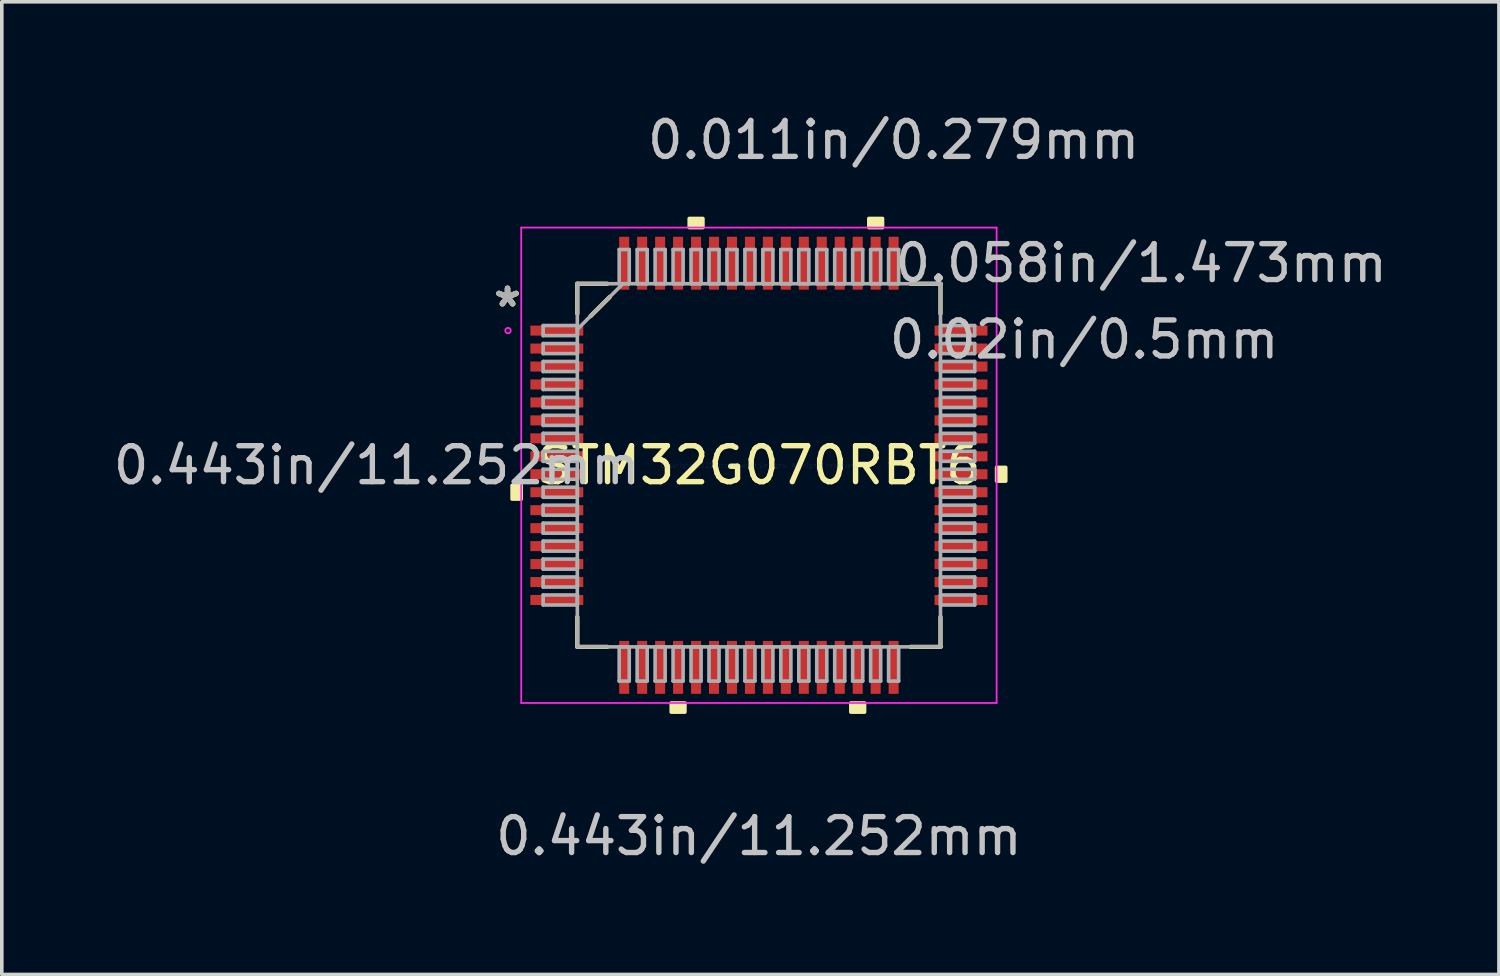
<source format=kicad_pcb>
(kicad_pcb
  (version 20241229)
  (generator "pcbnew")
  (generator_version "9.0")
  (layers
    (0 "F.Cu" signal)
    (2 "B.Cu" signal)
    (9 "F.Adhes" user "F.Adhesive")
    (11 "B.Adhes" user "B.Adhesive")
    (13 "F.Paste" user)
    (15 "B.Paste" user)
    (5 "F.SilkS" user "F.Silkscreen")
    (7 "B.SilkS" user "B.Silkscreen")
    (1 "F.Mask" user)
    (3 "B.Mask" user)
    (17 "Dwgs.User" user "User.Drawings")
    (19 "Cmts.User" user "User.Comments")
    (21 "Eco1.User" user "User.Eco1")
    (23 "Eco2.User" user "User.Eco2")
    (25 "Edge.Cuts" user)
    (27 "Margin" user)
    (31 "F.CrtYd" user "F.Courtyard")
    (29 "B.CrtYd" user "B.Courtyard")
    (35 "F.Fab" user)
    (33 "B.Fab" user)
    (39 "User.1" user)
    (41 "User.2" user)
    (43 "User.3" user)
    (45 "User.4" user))
  (footprint "STM32G070RBT6"
    (layer "F.Cu")
    (at 18.077 9.903)
    (property "Reference" "STM32G070RBT6" (at 0 0 0) (layer "F.SilkS") (effects (font (size 1 1) (thickness 0.15))))
    (attr through_hole)
    (fp_line (start -5.055 -5.055) (end -5.055 -4.222) (stroke (width 0.12) (type solid)) (layer "F.SilkS"))
    (fp_line (start -5.055 4.222) (end -5.055 5.055) (stroke (width 0.12) (type solid)) (layer "F.SilkS"))
    (fp_line (start -5.055 5.055) (end -4.222 5.055) (stroke (width 0.12) (type solid)) (layer "F.SilkS"))
    (fp_line (start -4.686 -4.153) (end -4.153 -4.686) (stroke (width 0.12) (type solid)) (layer "F.SilkS"))
    (fp_line (start -4.222 -5.055) (end -5.055 -5.055) (stroke (width 0.12) (type solid)) (layer "F.SilkS"))
    (fp_line (start 4.222 5.055) (end 5.055 5.055) (stroke (width 0.12) (type solid)) (layer "F.SilkS"))
    (fp_line (start 5.055 -5.055) (end 4.222 -5.055) (stroke (width 0.12) (type solid)) (layer "F.SilkS"))
    (fp_line (start 5.055 -4.222) (end 5.055 -5.055) (stroke (width 0.12) (type solid)) (layer "F.SilkS"))
    (fp_line (start 5.055 5.055) (end 5.055 4.222) (stroke (width 0.12) (type solid)) (layer "F.SilkS"))
    (fp_poly (pts (xy -6.871 0.56) (xy -6.871 0.941) (xy -6.617 0.941) (xy -6.617 0.56)) (stroke (width 0.1) (type solid)) (fill yes) (layer "F.SilkS"))
    (fp_poly (pts (xy -2.441 6.617) (xy -2.441 6.871) (xy -2.06 6.871) (xy -2.06 6.617)) (stroke (width 0.1) (type solid)) (fill yes) (layer "F.SilkS"))
    (fp_poly (pts (xy -1.94 -6.617) (xy -1.94 -6.871) (xy -1.559 -6.871) (xy -1.559 -6.617)) (stroke (width 0.1) (type solid)) (fill yes) (layer "F.SilkS"))
    (fp_poly (pts (xy 2.559 6.617) (xy 2.559 6.871) (xy 2.941 6.871) (xy 2.941 6.617)) (stroke (width 0.1) (type solid)) (fill yes) (layer "F.SilkS"))
    (fp_poly (pts (xy 3.06 -6.617) (xy 3.06 -6.871) (xy 3.441 -6.871) (xy 3.441 -6.617)) (stroke (width 0.1) (type solid)) (fill yes) (layer "F.SilkS"))
    (fp_poly (pts (xy 6.871 0.059) (xy 6.871 0.441) (xy 6.617 0.441) (xy 6.617 0.059)) (stroke (width 0.1) (type solid)) (fill yes) (layer "F.SilkS"))
    (fp_line (start -6.617 -6.617) (end 6.617 -6.617) (stroke (width 0.05) (type solid)) (layer "F.CrtYd"))
    (fp_line (start -6.617 6.617) (end -6.617 -6.617) (stroke (width 0.05) (type solid)) (layer "F.CrtYd"))
    (fp_line (start 6.617 -6.617) (end 6.617 6.617) (stroke (width 0.05) (type solid)) (layer "F.CrtYd"))
    (fp_line (start 6.617 6.617) (end -6.617 6.617) (stroke (width 0.05) (type solid)) (layer "F.CrtYd"))
    (fp_circle (center -6.985 -3.75) (end -6.909 -3.75) (stroke (width 0.05) (type solid)) (fill no) (layer "F.CrtYd"))
    (fp_line (start -6.007 -3.89) (end -6.007 -3.61) (stroke (width 0.1) (type solid)) (layer "F.Fab"))
    (fp_line (start -6.007 -3.61) (end -5.055 -3.61) (stroke (width 0.1) (type solid)) (layer "F.Fab"))
    (fp_line (start -6.007 -3.39) (end -6.007 -3.11) (stroke (width 0.1) (type solid)) (layer "F.Fab"))
    (fp_line (start -6.007 -3.11) (end -5.055 -3.11) (stroke (width 0.1) (type solid)) (layer "F.Fab"))
    (fp_line (start -6.007 -2.89) (end -6.007 -2.61) (stroke (width 0.1) (type solid)) (layer "F.Fab"))
    (fp_line (start -6.007 -2.61) (end -5.055 -2.61) (stroke (width 0.1) (type solid)) (layer "F.Fab"))
    (fp_line (start -6.007 -2.39) (end -6.007 -2.11) (stroke (width 0.1) (type solid)) (layer "F.Fab"))
    (fp_line (start -6.007 -2.11) (end -5.055 -2.11) (stroke (width 0.1) (type solid)) (layer "F.Fab"))
    (fp_line (start -6.007 -1.89) (end -6.007 -1.61) (stroke (width 0.1) (type solid)) (layer "F.Fab"))
    (fp_line (start -6.007 -1.61) (end -5.055 -1.61) (stroke (width 0.1) (type solid)) (layer "F.Fab"))
    (fp_line (start -6.007 -1.39) (end -6.007 -1.11) (stroke (width 0.1) (type solid)) (layer "F.Fab"))
    (fp_line (start -6.007 -1.11) (end -5.055 -1.11) (stroke (width 0.1) (type solid)) (layer "F.Fab"))
    (fp_line (start -6.007 -0.89) (end -6.007 -0.61) (stroke (width 0.1) (type solid)) (layer "F.Fab"))
    (fp_line (start -6.007 -0.61) (end -5.055 -0.61) (stroke (width 0.1) (type solid)) (layer "F.Fab"))
    (fp_line (start -6.007 -0.39) (end -6.007 -0.11) (stroke (width 0.1) (type solid)) (layer "F.Fab"))
    (fp_line (start -6.007 -0.11) (end -5.055 -0.11) (stroke (width 0.1) (type solid)) (layer "F.Fab"))
    (fp_line (start -6.007 0.11) (end -6.007 0.39) (stroke (width 0.1) (type solid)) (layer "F.Fab"))
    (fp_line (start -6.007 0.39) (end -5.055 0.39) (stroke (width 0.1) (type solid)) (layer "F.Fab"))
    (fp_line (start -6.007 0.61) (end -6.007 0.89) (stroke (width 0.1) (type solid)) (layer "F.Fab"))
    (fp_line (start -6.007 0.89) (end -5.055 0.89) (stroke (width 0.1) (type solid)) (layer "F.Fab"))
    (fp_line (start -6.007 1.11) (end -6.007 1.39) (stroke (width 0.1) (type solid)) (layer "F.Fab"))
    (fp_line (start -6.007 1.39) (end -5.055 1.39) (stroke (width 0.1) (type solid)) (layer "F.Fab"))
    (fp_line (start -6.007 1.61) (end -6.007 1.89) (stroke (width 0.1) (type solid)) (layer "F.Fab"))
    (fp_line (start -6.007 1.89) (end -5.055 1.89) (stroke (width 0.1) (type solid)) (layer "F.Fab"))
    (fp_line (start -6.007 2.11) (end -6.007 2.39) (stroke (width 0.1) (type solid)) (layer "F.Fab"))
    (fp_line (start -6.007 2.39) (end -5.055 2.39) (stroke (width 0.1) (type solid)) (layer "F.Fab"))
    (fp_line (start -6.007 2.61) (end -6.007 2.89) (stroke (width 0.1) (type solid)) (layer "F.Fab"))
    (fp_line (start -6.007 2.89) (end -5.055 2.89) (stroke (width 0.1) (type solid)) (layer "F.Fab"))
    (fp_line (start -6.007 3.11) (end -6.007 3.39) (stroke (width 0.1) (type solid)) (layer "F.Fab"))
    (fp_line (start -6.007 3.39) (end -5.055 3.39) (stroke (width 0.1) (type solid)) (layer "F.Fab"))
    (fp_line (start -6.007 3.61) (end -6.007 3.89) (stroke (width 0.1) (type solid)) (layer "F.Fab"))
    (fp_line (start -6.007 3.89) (end -5.055 3.89) (stroke (width 0.1) (type solid)) (layer "F.Fab"))
    (fp_line (start -5.055 -5.055) (end -5.055 -5.055) (stroke (width 0.1) (type solid)) (layer "F.Fab"))
    (fp_line (start -5.055 -5.055) (end -5.055 5.055) (stroke (width 0.1) (type solid)) (layer "F.Fab"))
    (fp_line (start -5.055 -3.89) (end -6.007 -3.89) (stroke (width 0.1) (type solid)) (layer "F.Fab"))
    (fp_line (start -5.055 -3.785) (end -3.785 -5.055) (stroke (width 0.1) (type solid)) (layer "F.Fab"))
    (fp_line (start -5.055 -3.61) (end -5.055 -3.89) (stroke (width 0.1) (type solid)) (layer "F.Fab"))
    (fp_line (start -5.055 -3.39) (end -6.007 -3.39) (stroke (width 0.1) (type solid)) (layer "F.Fab"))
    (fp_line (start -5.055 -3.11) (end -5.055 -3.39) (stroke (width 0.1) (type solid)) (layer "F.Fab"))
    (fp_line (start -5.055 -2.89) (end -6.007 -2.89) (stroke (width 0.1) (type solid)) (layer "F.Fab"))
    (fp_line (start -5.055 -2.61) (end -5.055 -2.89) (stroke (width 0.1) (type solid)) (layer "F.Fab"))
    (fp_line (start -5.055 -2.39) (end -6.007 -2.39) (stroke (width 0.1) (type solid)) (layer "F.Fab"))
    (fp_line (start -5.055 -2.11) (end -5.055 -2.39) (stroke (width 0.1) (type solid)) (layer "F.Fab"))
    (fp_line (start -5.055 -1.89) (end -6.007 -1.89) (stroke (width 0.1) (type solid)) (layer "F.Fab"))
    (fp_line (start -5.055 -1.61) (end -5.055 -1.89) (stroke (width 0.1) (type solid)) (layer "F.Fab"))
    (fp_line (start -5.055 -1.39) (end -6.007 -1.39) (stroke (width 0.1) (type solid)) (layer "F.Fab"))
    (fp_line (start -5.055 -1.11) (end -5.055 -1.39) (stroke (width 0.1) (type solid)) (layer "F.Fab"))
    (fp_line (start -5.055 -0.89) (end -6.007 -0.89) (stroke (width 0.1) (type solid)) (layer "F.Fab"))
    (fp_line (start -5.055 -0.61) (end -5.055 -0.89) (stroke (width 0.1) (type solid)) (layer "F.Fab"))
    (fp_line (start -5.055 -0.39) (end -6.007 -0.39) (stroke (width 0.1) (type solid)) (layer "F.Fab"))
    (fp_line (start -5.055 -0.11) (end -5.055 -0.39) (stroke (width 0.1) (type solid)) (layer "F.Fab"))
    (fp_line (start -5.055 0.11) (end -6.007 0.11) (stroke (width 0.1) (type solid)) (layer "F.Fab"))
    (fp_line (start -5.055 0.39) (end -5.055 0.11) (stroke (width 0.1) (type solid)) (layer "F.Fab"))
    (fp_line (start -5.055 0.61) (end -6.007 0.61) (stroke (width 0.1) (type solid)) (layer "F.Fab"))
    (fp_line (start -5.055 0.89) (end -5.055 0.61) (stroke (width 0.1) (type solid)) (layer "F.Fab"))
    (fp_line (start -5.055 1.11) (end -6.007 1.11) (stroke (width 0.1) (type solid)) (layer "F.Fab"))
    (fp_line (start -5.055 1.39) (end -5.055 1.11) (stroke (width 0.1) (type solid)) (layer "F.Fab"))
    (fp_line (start -5.055 1.61) (end -6.007 1.61) (stroke (width 0.1) (type solid)) (layer "F.Fab"))
    (fp_line (start -5.055 1.89) (end -5.055 1.61) (stroke (width 0.1) (type solid)) (layer "F.Fab"))
    (fp_line (start -5.055 2.11) (end -6.007 2.11) (stroke (width 0.1) (type solid)) (layer "F.Fab"))
    (fp_line (start -5.055 2.39) (end -5.055 2.11) (stroke (width 0.1) (type solid)) (layer "F.Fab"))
    (fp_line (start -5.055 2.61) (end -6.007 2.61) (stroke (width 0.1) (type solid)) (layer "F.Fab"))
    (fp_line (start -5.055 2.89) (end -5.055 2.61) (stroke (width 0.1) (type solid)) (layer "F.Fab"))
    (fp_line (start -5.055 3.11) (end -6.007 3.11) (stroke (width 0.1) (type solid)) (layer "F.Fab"))
    (fp_line (start -5.055 3.39) (end -5.055 3.11) (stroke (width 0.1) (type solid)) (layer "F.Fab"))
    (fp_line (start -5.055 3.61) (end -6.007 3.61) (stroke (width 0.1) (type solid)) (layer "F.Fab"))
    (fp_line (start -5.055 3.89) (end -5.055 3.61) (stroke (width 0.1) (type solid)) (layer "F.Fab"))
    (fp_line (start -5.055 5.055) (end -5.055 5.055) (stroke (width 0.1) (type solid)) (layer "F.Fab"))
    (fp_line (start -5.055 5.055) (end 5.055 5.055) (stroke (width 0.1) (type solid)) (layer "F.Fab"))
    (fp_line (start -3.89 -6.007) (end -3.89 -5.055) (stroke (width 0.1) (type solid)) (layer "F.Fab"))
    (fp_line (start -3.89 -5.055) (end -3.61 -5.055) (stroke (width 0.1) (type solid)) (layer "F.Fab"))
    (fp_line (start -3.89 5.055) (end -3.89 6.007) (stroke (width 0.1) (type solid)) (layer "F.Fab"))
    (fp_line (start -3.89 6.007) (end -3.61 6.007) (stroke (width 0.1) (type solid)) (layer "F.Fab"))
    (fp_line (start -3.61 -6.007) (end -3.89 -6.007) (stroke (width 0.1) (type solid)) (layer "F.Fab"))
    (fp_line (start -3.61 -5.055) (end -3.61 -6.007) (stroke (width 0.1) (type solid)) (layer "F.Fab"))
    (fp_line (start -3.61 5.055) (end -3.89 5.055) (stroke (width 0.1) (type solid)) (layer "F.Fab"))
    (fp_line (start -3.61 6.007) (end -3.61 5.055) (stroke (width 0.1) (type solid)) (layer "F.Fab"))
    (fp_line (start -3.39 -6.007) (end -3.39 -5.055) (stroke (width 0.1) (type solid)) (layer "F.Fab"))
    (fp_line (start -3.39 -5.055) (end -3.11 -5.055) (stroke (width 0.1) (type solid)) (layer "F.Fab"))
    (fp_line (start -3.39 5.055) (end -3.39 6.007) (stroke (width 0.1) (type solid)) (layer "F.Fab"))
    (fp_line (start -3.39 6.007) (end -3.11 6.007) (stroke (width 0.1) (type solid)) (layer "F.Fab"))
    (fp_line (start -3.11 -6.007) (end -3.39 -6.007) (stroke (width 0.1) (type solid)) (layer "F.Fab"))
    (fp_line (start -3.11 -5.055) (end -3.11 -6.007) (stroke (width 0.1) (type solid)) (layer "F.Fab"))
    (fp_line (start -3.11 5.055) (end -3.39 5.055) (stroke (width 0.1) (type solid)) (layer "F.Fab"))
    (fp_line (start -3.11 6.007) (end -3.11 5.055) (stroke (width 0.1) (type solid)) (layer "F.Fab"))
    (fp_line (start -2.89 -6.007) (end -2.89 -5.055) (stroke (width 0.1) (type solid)) (layer "F.Fab"))
    (fp_line (start -2.89 -5.055) (end -2.61 -5.055) (stroke (width 0.1) (type solid)) (layer "F.Fab"))
    (fp_line (start -2.89 5.055) (end -2.89 6.007) (stroke (width 0.1) (type solid)) (layer "F.Fab"))
    (fp_line (start -2.89 6.007) (end -2.61 6.007) (stroke (width 0.1) (type solid)) (layer "F.Fab"))
    (fp_line (start -2.61 -6.007) (end -2.89 -6.007) (stroke (width 0.1) (type solid)) (layer "F.Fab"))
    (fp_line (start -2.61 -5.055) (end -2.61 -6.007) (stroke (width 0.1) (type solid)) (layer "F.Fab"))
    (fp_line (start -2.61 5.055) (end -2.89 5.055) (stroke (width 0.1) (type solid)) (layer "F.Fab"))
    (fp_line (start -2.61 6.007) (end -2.61 5.055) (stroke (width 0.1) (type solid)) (layer "F.Fab"))
    (fp_line (start -2.39 -6.007) (end -2.39 -5.055) (stroke (width 0.1) (type solid)) (layer "F.Fab"))
    (fp_line (start -2.39 -5.055) (end -2.11 -5.055) (stroke (width 0.1) (type solid)) (layer "F.Fab"))
    (fp_line (start -2.39 5.055) (end -2.39 6.007) (stroke (width 0.1) (type solid)) (layer "F.Fab"))
    (fp_line (start -2.39 6.007) (end -2.11 6.007) (stroke (width 0.1) (type solid)) (layer "F.Fab"))
    (fp_line (start -2.11 -6.007) (end -2.39 -6.007) (stroke (width 0.1) (type solid)) (layer "F.Fab"))
    (fp_line (start -2.11 -5.055) (end -2.11 -6.007) (stroke (width 0.1) (type solid)) (layer "F.Fab"))
    (fp_line (start -2.11 5.055) (end -2.39 5.055) (stroke (width 0.1) (type solid)) (layer "F.Fab"))
    (fp_line (start -2.11 6.007) (end -2.11 5.055) (stroke (width 0.1) (type solid)) (layer "F.Fab"))
    (fp_line (start -1.89 -6.007) (end -1.89 -5.055) (stroke (width 0.1) (type solid)) (layer "F.Fab"))
    (fp_line (start -1.89 -5.055) (end -1.61 -5.055) (stroke (width 0.1) (type solid)) (layer "F.Fab"))
    (fp_line (start -1.89 5.055) (end -1.89 6.007) (stroke (width 0.1) (type solid)) (layer "F.Fab"))
    (fp_line (start -1.89 6.007) (end -1.61 6.007) (stroke (width 0.1) (type solid)) (layer "F.Fab"))
    (fp_line (start -1.61 -6.007) (end -1.89 -6.007) (stroke (width 0.1) (type solid)) (layer "F.Fab"))
    (fp_line (start -1.61 -5.055) (end -1.61 -6.007) (stroke (width 0.1) (type solid)) (layer "F.Fab"))
    (fp_line (start -1.61 5.055) (end -1.89 5.055) (stroke (width 0.1) (type solid)) (layer "F.Fab"))
    (fp_line (start -1.61 6.007) (end -1.61 5.055) (stroke (width 0.1) (type solid)) (layer "F.Fab"))
    (fp_line (start -1.39 -6.007) (end -1.39 -5.055) (stroke (width 0.1) (type solid)) (layer "F.Fab"))
    (fp_line (start -1.39 -5.055) (end -1.11 -5.055) (stroke (width 0.1) (type solid)) (layer "F.Fab"))
    (fp_line (start -1.39 5.055) (end -1.39 6.007) (stroke (width 0.1) (type solid)) (layer "F.Fab"))
    (fp_line (start -1.39 6.007) (end -1.11 6.007) (stroke (width 0.1) (type solid)) (layer "F.Fab"))
    (fp_line (start -1.11 -6.007) (end -1.39 -6.007) (stroke (width 0.1) (type solid)) (layer "F.Fab"))
    (fp_line (start -1.11 -5.055) (end -1.11 -6.007) (stroke (width 0.1) (type solid)) (layer "F.Fab"))
    (fp_line (start -1.11 5.055) (end -1.39 5.055) (stroke (width 0.1) (type solid)) (layer "F.Fab"))
    (fp_line (start -1.11 6.007) (end -1.11 5.055) (stroke (width 0.1) (type solid)) (layer "F.Fab"))
    (fp_line (start -0.89 -6.007) (end -0.89 -5.055) (stroke (width 0.1) (type solid)) (layer "F.Fab"))
    (fp_line (start -0.89 -5.055) (end -0.61 -5.055) (stroke (width 0.1) (type solid)) (layer "F.Fab"))
    (fp_line (start -0.89 5.055) (end -0.89 6.007) (stroke (width 0.1) (type solid)) (layer "F.Fab"))
    (fp_line (start -0.89 6.007) (end -0.61 6.007) (stroke (width 0.1) (type solid)) (layer "F.Fab"))
    (fp_line (start -0.61 -6.007) (end -0.89 -6.007) (stroke (width 0.1) (type solid)) (layer "F.Fab"))
    (fp_line (start -0.61 -5.055) (end -0.61 -6.007) (stroke (width 0.1) (type solid)) (layer "F.Fab"))
    (fp_line (start -0.61 5.055) (end -0.89 5.055) (stroke (width 0.1) (type solid)) (layer "F.Fab"))
    (fp_line (start -0.61 6.007) (end -0.61 5.055) (stroke (width 0.1) (type solid)) (layer "F.Fab"))
    (fp_line (start -0.39 -6.007) (end -0.39 -5.055) (stroke (width 0.1) (type solid)) (layer "F.Fab"))
    (fp_line (start -0.39 -5.055) (end -0.11 -5.055) (stroke (width 0.1) (type solid)) (layer "F.Fab"))
    (fp_line (start -0.39 5.055) (end -0.39 6.007) (stroke (width 0.1) (type solid)) (layer "F.Fab"))
    (fp_line (start -0.39 6.007) (end -0.11 6.007) (stroke (width 0.1) (type solid)) (layer "F.Fab"))
    (fp_line (start -0.11 -6.007) (end -0.39 -6.007) (stroke (width 0.1) (type solid)) (layer "F.Fab"))
    (fp_line (start -0.11 -5.055) (end -0.11 -6.007) (stroke (width 0.1) (type solid)) (layer "F.Fab"))
    (fp_line (start -0.11 5.055) (end -0.39 5.055) (stroke (width 0.1) (type solid)) (layer "F.Fab"))
    (fp_line (start -0.11 6.007) (end -0.11 5.055) (stroke (width 0.1) (type solid)) (layer "F.Fab"))
    (fp_line (start 0.11 -6.007) (end 0.11 -5.055) (stroke (width 0.1) (type solid)) (layer "F.Fab"))
    (fp_line (start 0.11 -5.055) (end 0.39 -5.055) (stroke (width 0.1) (type solid)) (layer "F.Fab"))
    (fp_line (start 0.11 5.055) (end 0.11 6.007) (stroke (width 0.1) (type solid)) (layer "F.Fab"))
    (fp_line (start 0.11 6.007) (end 0.39 6.007) (stroke (width 0.1) (type solid)) (layer "F.Fab"))
    (fp_line (start 0.39 -6.007) (end 0.11 -6.007) (stroke (width 0.1) (type solid)) (layer "F.Fab"))
    (fp_line (start 0.39 -5.055) (end 0.39 -6.007) (stroke (width 0.1) (type solid)) (layer "F.Fab"))
    (fp_line (start 0.39 5.055) (end 0.11 5.055) (stroke (width 0.1) (type solid)) (layer "F.Fab"))
    (fp_line (start 0.39 6.007) (end 0.39 5.055) (stroke (width 0.1) (type solid)) (layer "F.Fab"))
    (fp_line (start 0.61 -6.007) (end 0.61 -5.055) (stroke (width 0.1) (type solid)) (layer "F.Fab"))
    (fp_line (start 0.61 -5.055) (end 0.89 -5.055) (stroke (width 0.1) (type solid)) (layer "F.Fab"))
    (fp_line (start 0.61 5.055) (end 0.61 6.007) (stroke (width 0.1) (type solid)) (layer "F.Fab"))
    (fp_line (start 0.61 6.007) (end 0.89 6.007) (stroke (width 0.1) (type solid)) (layer "F.Fab"))
    (fp_line (start 0.89 -6.007) (end 0.61 -6.007) (stroke (width 0.1) (type solid)) (layer "F.Fab"))
    (fp_line (start 0.89 -5.055) (end 0.89 -6.007) (stroke (width 0.1) (type solid)) (layer "F.Fab"))
    (fp_line (start 0.89 5.055) (end 0.61 5.055) (stroke (width 0.1) (type solid)) (layer "F.Fab"))
    (fp_line (start 0.89 6.007) (end 0.89 5.055) (stroke (width 0.1) (type solid)) (layer "F.Fab"))
    (fp_line (start 1.11 -6.007) (end 1.11 -5.055) (stroke (width 0.1) (type solid)) (layer "F.Fab"))
    (fp_line (start 1.11 -5.055) (end 1.39 -5.055) (stroke (width 0.1) (type solid)) (layer "F.Fab"))
    (fp_line (start 1.11 5.055) (end 1.11 6.007) (stroke (width 0.1) (type solid)) (layer "F.Fab"))
    (fp_line (start 1.11 6.007) (end 1.39 6.007) (stroke (width 0.1) (type solid)) (layer "F.Fab"))
    (fp_line (start 1.39 -6.007) (end 1.11 -6.007) (stroke (width 0.1) (type solid)) (layer "F.Fab"))
    (fp_line (start 1.39 -5.055) (end 1.39 -6.007) (stroke (width 0.1) (type solid)) (layer "F.Fab"))
    (fp_line (start 1.39 5.055) (end 1.11 5.055) (stroke (width 0.1) (type solid)) (layer "F.Fab"))
    (fp_line (start 1.39 6.007) (end 1.39 5.055) (stroke (width 0.1) (type solid)) (layer "F.Fab"))
    (fp_line (start 1.61 -6.007) (end 1.61 -5.055) (stroke (width 0.1) (type solid)) (layer "F.Fab"))
    (fp_line (start 1.61 -5.055) (end 1.89 -5.055) (stroke (width 0.1) (type solid)) (layer "F.Fab"))
    (fp_line (start 1.61 5.055) (end 1.61 6.007) (stroke (width 0.1) (type solid)) (layer "F.Fab"))
    (fp_line (start 1.61 6.007) (end 1.89 6.007) (stroke (width 0.1) (type solid)) (layer "F.Fab"))
    (fp_line (start 1.89 -6.007) (end 1.61 -6.007) (stroke (width 0.1) (type solid)) (layer "F.Fab"))
    (fp_line (start 1.89 -5.055) (end 1.89 -6.007) (stroke (width 0.1) (type solid)) (layer "F.Fab"))
    (fp_line (start 1.89 5.055) (end 1.61 5.055) (stroke (width 0.1) (type solid)) (layer "F.Fab"))
    (fp_line (start 1.89 6.007) (end 1.89 5.055) (stroke (width 0.1) (type solid)) (layer "F.Fab"))
    (fp_line (start 2.11 -6.007) (end 2.11 -5.055) (stroke (width 0.1) (type solid)) (layer "F.Fab"))
    (fp_line (start 2.11 -5.055) (end 2.39 -5.055) (stroke (width 0.1) (type solid)) (layer "F.Fab"))
    (fp_line (start 2.11 5.055) (end 2.11 6.007) (stroke (width 0.1) (type solid)) (layer "F.Fab"))
    (fp_line (start 2.11 6.007) (end 2.39 6.007) (stroke (width 0.1) (type solid)) (layer "F.Fab"))
    (fp_line (start 2.39 -6.007) (end 2.11 -6.007) (stroke (width 0.1) (type solid)) (layer "F.Fab"))
    (fp_line (start 2.39 -5.055) (end 2.39 -6.007) (stroke (width 0.1) (type solid)) (layer "F.Fab"))
    (fp_line (start 2.39 5.055) (end 2.11 5.055) (stroke (width 0.1) (type solid)) (layer "F.Fab"))
    (fp_line (start 2.39 6.007) (end 2.39 5.055) (stroke (width 0.1) (type solid)) (layer "F.Fab"))
    (fp_line (start 2.61 -6.007) (end 2.61 -5.055) (stroke (width 0.1) (type solid)) (layer "F.Fab"))
    (fp_line (start 2.61 -5.055) (end 2.89 -5.055) (stroke (width 0.1) (type solid)) (layer "F.Fab"))
    (fp_line (start 2.61 5.055) (end 2.61 6.007) (stroke (width 0.1) (type solid)) (layer "F.Fab"))
    (fp_line (start 2.61 6.007) (end 2.89 6.007) (stroke (width 0.1) (type solid)) (layer "F.Fab"))
    (fp_line (start 2.89 -6.007) (end 2.61 -6.007) (stroke (width 0.1) (type solid)) (layer "F.Fab"))
    (fp_line (start 2.89 -5.055) (end 2.89 -6.007) (stroke (width 0.1) (type solid)) (layer "F.Fab"))
    (fp_line (start 2.89 5.055) (end 2.61 5.055) (stroke (width 0.1) (type solid)) (layer "F.Fab"))
    (fp_line (start 2.89 6.007) (end 2.89 5.055) (stroke (width 0.1) (type solid)) (layer "F.Fab"))
    (fp_line (start 3.11 -6.007) (end 3.11 -5.055) (stroke (width 0.1) (type solid)) (layer "F.Fab"))
    (fp_line (start 3.11 -5.055) (end 3.39 -5.055) (stroke (width 0.1) (type solid)) (layer "F.Fab"))
    (fp_line (start 3.11 5.055) (end 3.11 6.007) (stroke (width 0.1) (type solid)) (layer "F.Fab"))
    (fp_line (start 3.11 6.007) (end 3.39 6.007) (stroke (width 0.1) (type solid)) (layer "F.Fab"))
    (fp_line (start 3.39 -6.007) (end 3.11 -6.007) (stroke (width 0.1) (type solid)) (layer "F.Fab"))
    (fp_line (start 3.39 -5.055) (end 3.39 -6.007) (stroke (width 0.1) (type solid)) (layer "F.Fab"))
    (fp_line (start 3.39 5.055) (end 3.11 5.055) (stroke (width 0.1) (type solid)) (layer "F.Fab"))
    (fp_line (start 3.39 6.007) (end 3.39 5.055) (stroke (width 0.1) (type solid)) (layer "F.Fab"))
    (fp_line (start 3.61 -6.007) (end 3.61 -5.055) (stroke (width 0.1) (type solid)) (layer "F.Fab"))
    (fp_line (start 3.61 -5.055) (end 3.89 -5.055) (stroke (width 0.1) (type solid)) (layer "F.Fab"))
    (fp_line (start 3.61 5.055) (end 3.61 6.007) (stroke (width 0.1) (type solid)) (layer "F.Fab"))
    (fp_line (start 3.61 6.007) (end 3.89 6.007) (stroke (width 0.1) (type solid)) (layer "F.Fab"))
    (fp_line (start 3.89 -6.007) (end 3.61 -6.007) (stroke (width 0.1) (type solid)) (layer "F.Fab"))
    (fp_line (start 3.89 -5.055) (end 3.89 -6.007) (stroke (width 0.1) (type solid)) (layer "F.Fab"))
    (fp_line (start 3.89 5.055) (end 3.61 5.055) (stroke (width 0.1) (type solid)) (layer "F.Fab"))
    (fp_line (start 3.89 6.007) (end 3.89 5.055) (stroke (width 0.1) (type solid)) (layer "F.Fab"))
    (fp_line (start 5.055 -5.055) (end -5.055 -5.055) (stroke (width 0.1) (type solid)) (layer "F.Fab"))
    (fp_line (start 5.055 -5.055) (end 5.055 -5.055) (stroke (width 0.1) (type solid)) (layer "F.Fab"))
    (fp_line (start 5.055 -3.89) (end 5.055 -3.61) (stroke (width 0.1) (type solid)) (layer "F.Fab"))
    (fp_line (start 5.055 -3.61) (end 6.007 -3.61) (stroke (width 0.1) (type solid)) (layer "F.Fab"))
    (fp_line (start 5.055 -3.39) (end 5.055 -3.11) (stroke (width 0.1) (type solid)) (layer "F.Fab"))
    (fp_line (start 5.055 -3.11) (end 6.007 -3.11) (stroke (width 0.1) (type solid)) (layer "F.Fab"))
    (fp_line (start 5.055 -2.89) (end 5.055 -2.61) (stroke (width 0.1) (type solid)) (layer "F.Fab"))
    (fp_line (start 5.055 -2.61) (end 6.007 -2.61) (stroke (width 0.1) (type solid)) (layer "F.Fab"))
    (fp_line (start 5.055 -2.39) (end 5.055 -2.11) (stroke (width 0.1) (type solid)) (layer "F.Fab"))
    (fp_line (start 5.055 -2.11) (end 6.007 -2.11) (stroke (width 0.1) (type solid)) (layer "F.Fab"))
    (fp_line (start 5.055 -1.89) (end 5.055 -1.61) (stroke (width 0.1) (type solid)) (layer "F.Fab"))
    (fp_line (start 5.055 -1.61) (end 6.007 -1.61) (stroke (width 0.1) (type solid)) (layer "F.Fab"))
    (fp_line (start 5.055 -1.39) (end 5.055 -1.11) (stroke (width 0.1) (type solid)) (layer "F.Fab"))
    (fp_line (start 5.055 -1.11) (end 6.007 -1.11) (stroke (width 0.1) (type solid)) (layer "F.Fab"))
    (fp_line (start 5.055 -0.89) (end 5.055 -0.61) (stroke (width 0.1) (type solid)) (layer "F.Fab"))
    (fp_line (start 5.055 -0.61) (end 6.007 -0.61) (stroke (width 0.1) (type solid)) (layer "F.Fab"))
    (fp_line (start 5.055 -0.39) (end 5.055 -0.11) (stroke (width 0.1) (type solid)) (layer "F.Fab"))
    (fp_line (start 5.055 -0.11) (end 6.007 -0.11) (stroke (width 0.1) (type solid)) (layer "F.Fab"))
    (fp_line (start 5.055 0.11) (end 5.055 0.39) (stroke (width 0.1) (type solid)) (layer "F.Fab"))
    (fp_line (start 5.055 0.39) (end 6.007 0.39) (stroke (width 0.1) (type solid)) (layer "F.Fab"))
    (fp_line (start 5.055 0.61) (end 5.055 0.89) (stroke (width 0.1) (type solid)) (layer "F.Fab"))
    (fp_line (start 5.055 0.89) (end 6.007 0.89) (stroke (width 0.1) (type solid)) (layer "F.Fab"))
    (fp_line (start 5.055 1.11) (end 5.055 1.39) (stroke (width 0.1) (type solid)) (layer "F.Fab"))
    (fp_line (start 5.055 1.39) (end 6.007 1.39) (stroke (width 0.1) (type solid)) (layer "F.Fab"))
    (fp_line (start 5.055 1.61) (end 5.055 1.89) (stroke (width 0.1) (type solid)) (layer "F.Fab"))
    (fp_line (start 5.055 1.89) (end 6.007 1.89) (stroke (width 0.1) (type solid)) (layer "F.Fab"))
    (fp_line (start 5.055 2.11) (end 5.055 2.39) (stroke (width 0.1) (type solid)) (layer "F.Fab"))
    (fp_line (start 5.055 2.39) (end 6.007 2.39) (stroke (width 0.1) (type solid)) (layer "F.Fab"))
    (fp_line (start 5.055 2.61) (end 5.055 2.89) (stroke (width 0.1) (type solid)) (layer "F.Fab"))
    (fp_line (start 5.055 2.89) (end 6.007 2.89) (stroke (width 0.1) (type solid)) (layer "F.Fab"))
    (fp_line (start 5.055 3.11) (end 5.055 3.39) (stroke (width 0.1) (type solid)) (layer "F.Fab"))
    (fp_line (start 5.055 3.39) (end 6.007 3.39) (stroke (width 0.1) (type solid)) (layer "F.Fab"))
    (fp_line (start 5.055 3.61) (end 5.055 3.89) (stroke (width 0.1) (type solid)) (layer "F.Fab"))
    (fp_line (start 5.055 3.89) (end 6.007 3.89) (stroke (width 0.1) (type solid)) (layer "F.Fab"))
    (fp_line (start 5.055 5.055) (end 5.055 -5.055) (stroke (width 0.1) (type solid)) (layer "F.Fab"))
    (fp_line (start 5.055 5.055) (end 5.055 5.055) (stroke (width 0.1) (type solid)) (layer "F.Fab"))
    (fp_line (start 6.007 -3.89) (end 5.055 -3.89) (stroke (width 0.1) (type solid)) (layer "F.Fab"))
    (fp_line (start 6.007 -3.61) (end 6.007 -3.89) (stroke (width 0.1) (type solid)) (layer "F.Fab"))
    (fp_line (start 6.007 -3.39) (end 5.055 -3.39) (stroke (width 0.1) (type solid)) (layer "F.Fab"))
    (fp_line (start 6.007 -3.11) (end 6.007 -3.39) (stroke (width 0.1) (type solid)) (layer "F.Fab"))
    (fp_line (start 6.007 -2.89) (end 5.055 -2.89) (stroke (width 0.1) (type solid)) (layer "F.Fab"))
    (fp_line (start 6.007 -2.61) (end 6.007 -2.89) (stroke (width 0.1) (type solid)) (layer "F.Fab"))
    (fp_line (start 6.007 -2.39) (end 5.055 -2.39) (stroke (width 0.1) (type solid)) (layer "F.Fab"))
    (fp_line (start 6.007 -2.11) (end 6.007 -2.39) (stroke (width 0.1) (type solid)) (layer "F.Fab"))
    (fp_line (start 6.007 -1.89) (end 5.055 -1.89) (stroke (width 0.1) (type solid)) (layer "F.Fab"))
    (fp_line (start 6.007 -1.61) (end 6.007 -1.89) (stroke (width 0.1) (type solid)) (layer "F.Fab"))
    (fp_line (start 6.007 -1.39) (end 5.055 -1.39) (stroke (width 0.1) (type solid)) (layer "F.Fab"))
    (fp_line (start 6.007 -1.11) (end 6.007 -1.39) (stroke (width 0.1) (type solid)) (layer "F.Fab"))
    (fp_line (start 6.007 -0.89) (end 5.055 -0.89) (stroke (width 0.1) (type solid)) (layer "F.Fab"))
    (fp_line (start 6.007 -0.61) (end 6.007 -0.89) (stroke (width 0.1) (type solid)) (layer "F.Fab"))
    (fp_line (start 6.007 -0.39) (end 5.055 -0.39) (stroke (width 0.1) (type solid)) (layer "F.Fab"))
    (fp_line (start 6.007 -0.11) (end 6.007 -0.39) (stroke (width 0.1) (type solid)) (layer "F.Fab"))
    (fp_line (start 6.007 0.11) (end 5.055 0.11) (stroke (width 0.1) (type solid)) (layer "F.Fab"))
    (fp_line (start 6.007 0.39) (end 6.007 0.11) (stroke (width 0.1) (type solid)) (layer "F.Fab"))
    (fp_line (start 6.007 0.61) (end 5.055 0.61) (stroke (width 0.1) (type solid)) (layer "F.Fab"))
    (fp_line (start 6.007 0.89) (end 6.007 0.61) (stroke (width 0.1) (type solid)) (layer "F.Fab"))
    (fp_line (start 6.007 1.11) (end 5.055 1.11) (stroke (width 0.1) (type solid)) (layer "F.Fab"))
    (fp_line (start 6.007 1.39) (end 6.007 1.11) (stroke (width 0.1) (type solid)) (layer "F.Fab"))
    (fp_line (start 6.007 1.61) (end 5.055 1.61) (stroke (width 0.1) (type solid)) (layer "F.Fab"))
    (fp_line (start 6.007 1.89) (end 6.007 1.61) (stroke (width 0.1) (type solid)) (layer "F.Fab"))
    (fp_line (start 6.007 2.11) (end 5.055 2.11) (stroke (width 0.1) (type solid)) (layer "F.Fab"))
    (fp_line (start 6.007 2.39) (end 6.007 2.11) (stroke (width 0.1) (type solid)) (layer "F.Fab"))
    (fp_line (start 6.007 2.61) (end 5.055 2.61) (stroke (width 0.1) (type solid)) (layer "F.Fab"))
    (fp_line (start 6.007 2.89) (end 6.007 2.61) (stroke (width 0.1) (type solid)) (layer "F.Fab"))
    (fp_line (start 6.007 3.11) (end 5.055 3.11) (stroke (width 0.1) (type solid)) (layer "F.Fab"))
    (fp_line (start 6.007 3.39) (end 6.007 3.11) (stroke (width 0.1) (type solid)) (layer "F.Fab"))
    (fp_line (start 6.007 3.61) (end 5.055 3.61) (stroke (width 0.1) (type solid)) (layer "F.Fab"))
    (fp_line (start 6.007 3.89) (end 6.007 3.61) (stroke (width 0.1) (type solid)) (layer "F.Fab"))
    (fp_text user "*" (at -6.998 -4.381 0) (layer "F.SilkS") (effects (font (size 1 1) (thickness 0.15))))
    (fp_text user "*" (at -6.998 -4.381 0) (layer "F.SilkS") (effects (font (size 1 1) (thickness 0.15))))
    (fp_text user "0.443in/11.252mm" (at -10.643 0 0) (layer "Dwgs.User") (effects (font (size 1 1) (thickness 0.15))))
    (fp_text user "0.011in/0.279mm" (at 3.75 -9.055 0) (layer "Dwgs.User") (effects (font (size 1 1) (thickness 0.15))))
    (fp_text user "0.443in/11.252mm" (at 0 10.325 0) (layer "Dwgs.User") (effects (font (size 1 1) (thickness 0.15))))
    (fp_text user "0.058in/1.473mm" (at 10.643 -5.626 0) (layer "Dwgs.User") (effects (font (size 1 1) (thickness 0.15))))
    (fp_text user "0.02in/0.5mm" (at 9.055 -3.5 0) (layer "Dwgs.User") (effects (font (size 1 1) (thickness 0.15))))
    (fp_text user "Copyright 2021 Accelerated Designs. All rights reserved." (at 0 0 0) (layer "Cmts.User") (effects (font (size 0.127 0.127) (thickness 0.002))))
    (fp_text user "*" (at -6.998 -4.381 0) (layer "F.Fab") (effects (font (size 1 1) (thickness 0.15))))
    (fp_text user "*" (at -6.998 -4.381 0) (layer "F.Fab") (effects (font (size 1 1) (thickness 0.15))))
    (pad "1" smd rect (at -5.626 -3.75 90) (size 0.279 1.473) (layers "F.Cu" "F.Mask" "F.Paste"))
    (pad "2" smd rect (at -5.626 -3.25 90) (size 0.279 1.473) (layers "F.Cu" "F.Mask" "F.Paste"))
    (pad "3" smd rect (at -5.626 -2.75 90) (size 0.279 1.473) (layers "F.Cu" "F.Mask" "F.Paste"))
    (pad "4" smd rect (at -5.626 -2.25 90) (size 0.279 1.473) (layers "F.Cu" "F.Mask" "F.Paste"))
    (pad "5" smd rect (at -5.626 -1.75 90) (size 0.279 1.473) (layers "F.Cu" "F.Mask" "F.Paste"))
    (pad "6" smd rect (at -5.626 -1.25 90) (size 0.279 1.473) (layers "F.Cu" "F.Mask" "F.Paste"))
    (pad "7" smd rect (at -5.626 -0.75 90) (size 0.279 1.473) (layers "F.Cu" "F.Mask" "F.Paste"))
    (pad "8" smd rect (at -5.626 -0.25 90) (size 0.279 1.473) (layers "F.Cu" "F.Mask" "F.Paste"))
    (pad "9" smd rect (at -5.626 0.25 90) (size 0.279 1.473) (layers "F.Cu" "F.Mask" "F.Paste"))
    (pad "10" smd rect (at -5.626 0.75 90) (size 0.279 1.473) (layers "F.Cu" "F.Mask" "F.Paste"))
    (pad "11" smd rect (at -5.626 1.25 90) (size 0.279 1.473) (layers "F.Cu" "F.Mask" "F.Paste"))
    (pad "12" smd rect (at -5.626 1.75 90) (size 0.279 1.473) (layers "F.Cu" "F.Mask" "F.Paste"))
    (pad "13" smd rect (at -5.626 2.25 90) (size 0.279 1.473) (layers "F.Cu" "F.Mask" "F.Paste"))
    (pad "14" smd rect (at -5.626 2.75 90) (size 0.279 1.473) (layers "F.Cu" "F.Mask" "F.Paste"))
    (pad "15" smd rect (at -5.626 3.25 90) (size 0.279 1.473) (layers "F.Cu" "F.Mask" "F.Paste"))
    (pad "16" smd rect (at -5.626 3.75 90) (size 0.279 1.473) (layers "F.Cu" "F.Mask" "F.Paste"))
    (pad "17" smd rect (at -3.75 5.626) (size 0.279 1.473) (layers "F.Cu" "F.Mask" "F.Paste"))
    (pad "18" smd rect (at -3.25 5.626) (size 0.279 1.473) (layers "F.Cu" "F.Mask" "F.Paste"))
    (pad "19" smd rect (at -2.75 5.626) (size 0.279 1.473) (layers "F.Cu" "F.Mask" "F.Paste"))
    (pad "20" smd rect (at -2.25 5.626) (size 0.279 1.473) (layers "F.Cu" "F.Mask" "F.Paste"))
    (pad "21" smd rect (at -1.75 5.626) (size 0.279 1.473) (layers "F.Cu" "F.Mask" "F.Paste"))
    (pad "22" smd rect (at -1.25 5.626) (size 0.279 1.473) (layers "F.Cu" "F.Mask" "F.Paste"))
    (pad "23" smd rect (at -0.75 5.626) (size 0.279 1.473) (layers "F.Cu" "F.Mask" "F.Paste"))
    (pad "24" smd rect (at -0.25 5.626) (size 0.279 1.473) (layers "F.Cu" "F.Mask" "F.Paste"))
    (pad "25" smd rect (at 0.25 5.626) (size 0.279 1.473) (layers "F.Cu" "F.Mask" "F.Paste"))
    (pad "26" smd rect (at 0.75 5.626) (size 0.279 1.473) (layers "F.Cu" "F.Mask" "F.Paste"))
    (pad "27" smd rect (at 1.25 5.626) (size 0.279 1.473) (layers "F.Cu" "F.Mask" "F.Paste"))
    (pad "28" smd rect (at 1.75 5.626) (size 0.279 1.473) (layers "F.Cu" "F.Mask" "F.Paste"))
    (pad "29" smd rect (at 2.25 5.626) (size 0.279 1.473) (layers "F.Cu" "F.Mask" "F.Paste"))
    (pad "30" smd rect (at 2.75 5.626) (size 0.279 1.473) (layers "F.Cu" "F.Mask" "F.Paste"))
    (pad "31" smd rect (at 3.25 5.626) (size 0.279 1.473) (layers "F.Cu" "F.Mask" "F.Paste"))
    (pad "32" smd rect (at 3.75 5.626) (size 0.279 1.473) (layers "F.Cu" "F.Mask" "F.Paste"))
    (pad "33" smd rect (at 5.626 3.75 90) (size 0.279 1.473) (layers "F.Cu" "F.Mask" "F.Paste"))
    (pad "34" smd rect (at 5.626 3.25 90) (size 0.279 1.473) (layers "F.Cu" "F.Mask" "F.Paste"))
    (pad "35" smd rect (at 5.626 2.75 90) (size 0.279 1.473) (layers "F.Cu" "F.Mask" "F.Paste"))
    (pad "36" smd rect (at 5.626 2.25 90) (size 0.279 1.473) (layers "F.Cu" "F.Mask" "F.Paste"))
    (pad "37" smd rect (at 5.626 1.75 90) (size 0.279 1.473) (layers "F.Cu" "F.Mask" "F.Paste"))
    (pad "38" smd rect (at 5.626 1.25 90) (size 0.279 1.473) (layers "F.Cu" "F.Mask" "F.Paste"))
    (pad "39" smd rect (at 5.626 0.75 90) (size 0.279 1.473) (layers "F.Cu" "F.Mask" "F.Paste"))
    (pad "40" smd rect (at 5.626 0.25 90) (size 0.279 1.473) (layers "F.Cu" "F.Mask" "F.Paste"))
    (pad "41" smd rect (at 5.626 -0.25 90) (size 0.279 1.473) (layers "F.Cu" "F.Mask" "F.Paste"))
    (pad "42" smd rect (at 5.626 -0.75 90) (size 0.279 1.473) (layers "F.Cu" "F.Mask" "F.Paste"))
    (pad "43" smd rect (at 5.626 -1.25 90) (size 0.279 1.473) (layers "F.Cu" "F.Mask" "F.Paste"))
    (pad "44" smd rect (at 5.626 -1.75 90) (size 0.279 1.473) (layers "F.Cu" "F.Mask" "F.Paste"))
    (pad "45" smd rect (at 5.626 -2.25 90) (size 0.279 1.473) (layers "F.Cu" "F.Mask" "F.Paste"))
    (pad "46" smd rect (at 5.626 -2.75 90) (size 0.279 1.473) (layers "F.Cu" "F.Mask" "F.Paste"))
    (pad "47" smd rect (at 5.626 -3.25 90) (size 0.279 1.473) (layers "F.Cu" "F.Mask" "F.Paste"))
    (pad "48" smd rect (at 5.626 -3.75 90) (size 0.279 1.473) (layers "F.Cu" "F.Mask" "F.Paste"))
    (pad "49" smd rect (at 3.75 -5.626) (size 0.279 1.473) (layers "F.Cu" "F.Mask" "F.Paste"))
    (pad "50" smd rect (at 3.25 -5.626) (size 0.279 1.473) (layers "F.Cu" "F.Mask" "F.Paste"))
    (pad "51" smd rect (at 2.75 -5.626) (size 0.279 1.473) (layers "F.Cu" "F.Mask" "F.Paste"))
    (pad "52" smd rect (at 2.25 -5.626) (size 0.279 1.473) (layers "F.Cu" "F.Mask" "F.Paste"))
    (pad "53" smd rect (at 1.75 -5.626) (size 0.279 1.473) (layers "F.Cu" "F.Mask" "F.Paste"))
    (pad "54" smd rect (at 1.25 -5.626) (size 0.279 1.473) (layers "F.Cu" "F.Mask" "F.Paste"))
    (pad "55" smd rect (at 0.75 -5.626) (size 0.279 1.473) (layers "F.Cu" "F.Mask" "F.Paste"))
    (pad "56" smd rect (at 0.25 -5.626) (size 0.279 1.473) (layers "F.Cu" "F.Mask" "F.Paste"))
    (pad "57" smd rect (at -0.25 -5.626) (size 0.279 1.473) (layers "F.Cu" "F.Mask" "F.Paste"))
    (pad "58" smd rect (at -0.75 -5.626) (size 0.279 1.473) (layers "F.Cu" "F.Mask" "F.Paste"))
    (pad "59" smd rect (at -1.25 -5.626) (size 0.279 1.473) (layers "F.Cu" "F.Mask" "F.Paste"))
    (pad "60" smd rect (at -1.75 -5.626) (size 0.279 1.473) (layers "F.Cu" "F.Mask" "F.Paste"))
    (pad "61" smd rect (at -2.25 -5.626) (size 0.279 1.473) (layers "F.Cu" "F.Mask" "F.Paste"))
    (pad "62" smd rect (at -2.75 -5.626) (size 0.279 1.473) (layers "F.Cu" "F.Mask" "F.Paste"))
    (pad "63" smd rect (at -3.25 -5.626) (size 0.279 1.473) (layers "F.Cu" "F.Mask" "F.Paste"))
    (pad "64" smd rect (at -3.75 -5.626) (size 0.279 1.473) (layers "F.Cu" "F.Mask" "F.Paste")))
  (gr_rect
    (start -3 -3)
    (end 38.678 24.077)
    (stroke (width 0.1) (type default))
    (fill no)
    (layer "Edge.Cuts")))
</source>
